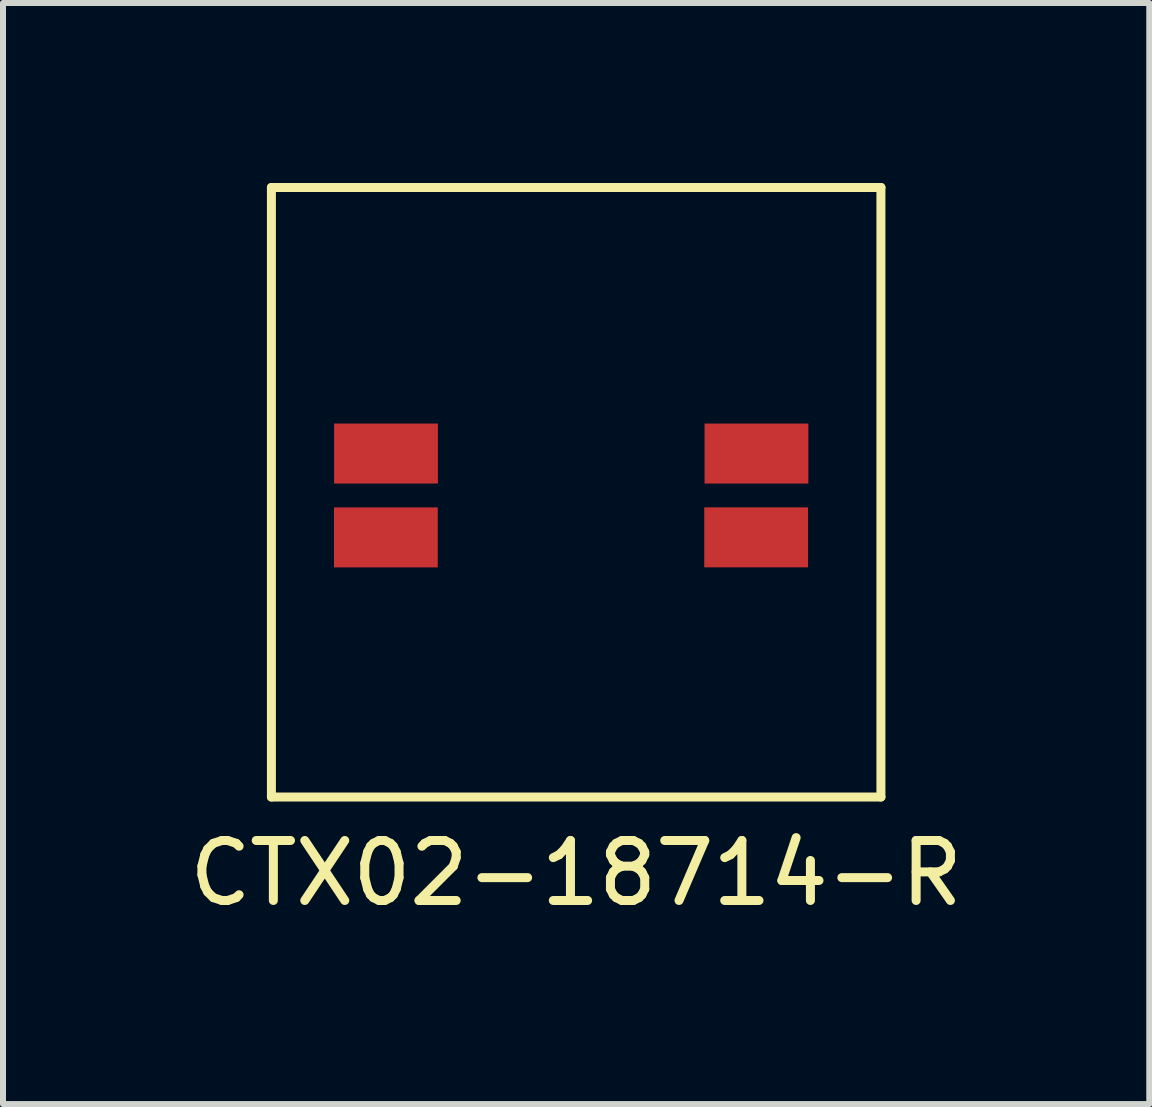
<source format=kicad_pcb>
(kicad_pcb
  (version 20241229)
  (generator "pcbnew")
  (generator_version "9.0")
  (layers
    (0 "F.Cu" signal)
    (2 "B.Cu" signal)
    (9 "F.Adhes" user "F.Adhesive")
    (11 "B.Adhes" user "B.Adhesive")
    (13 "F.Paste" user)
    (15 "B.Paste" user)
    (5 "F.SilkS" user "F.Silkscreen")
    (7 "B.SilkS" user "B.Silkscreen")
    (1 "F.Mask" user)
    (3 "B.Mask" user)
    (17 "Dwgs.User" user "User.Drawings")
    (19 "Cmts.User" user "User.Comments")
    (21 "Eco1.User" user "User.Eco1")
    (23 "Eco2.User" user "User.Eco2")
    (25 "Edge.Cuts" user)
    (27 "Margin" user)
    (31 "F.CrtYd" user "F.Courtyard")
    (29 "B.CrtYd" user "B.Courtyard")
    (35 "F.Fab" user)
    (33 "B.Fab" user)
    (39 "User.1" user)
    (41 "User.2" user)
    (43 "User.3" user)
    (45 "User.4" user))
  (footprint "CTX02-18714-R"
    (layer "F.Cu")
    (at 6.554 5.155)
    (property "Reference" "CTX02-18714-R" (at 0 6.35 0) (layer "F.SilkS") (effects (font (size 1 1) (thickness 0.15))))
    (attr through_hole)
    (fp_line (start -5.08 -5.08) (end -5.08 5.08) (stroke (width 0.15) (type solid)) (layer "F.SilkS"))
    (fp_line (start -5.08 5.08) (end 5.08 5.08) (stroke (width 0.15) (type solid)) (layer "F.SilkS"))
    (fp_line (start 5.08 -5.08) (end -5.08 -5.08) (stroke (width 0.15) (type solid)) (layer "F.SilkS"))
    (fp_line (start 5.08 5.08) (end 5.08 -5.08) (stroke (width 0.15) (type solid)) (layer "F.SilkS"))
    (pad "1" smd rect (at -3.17 -0.645) (size 1.73 1) (layers "F.Cu" "F.Mask" "F.Paste"))
    (pad "2" smd rect (at -3.172 0.753) (size 1.73 1) (layers "F.Cu" "F.Mask" "F.Paste"))
    (pad "3" smd rect (at 3.005 -0.645) (size 1.73 1) (layers "F.Cu" "F.Mask" "F.Paste"))
    (pad "4" smd rect (at 3 0.752) (size 1.73 1) (layers "F.Cu" "F.Mask" "F.Paste")))
  (gr_rect
    (start -3 -3)
    (end 16.107 15.353)
    (stroke (width 0.1) (type default))
    (fill no)
    (layer "Edge.Cuts")))
</source>
